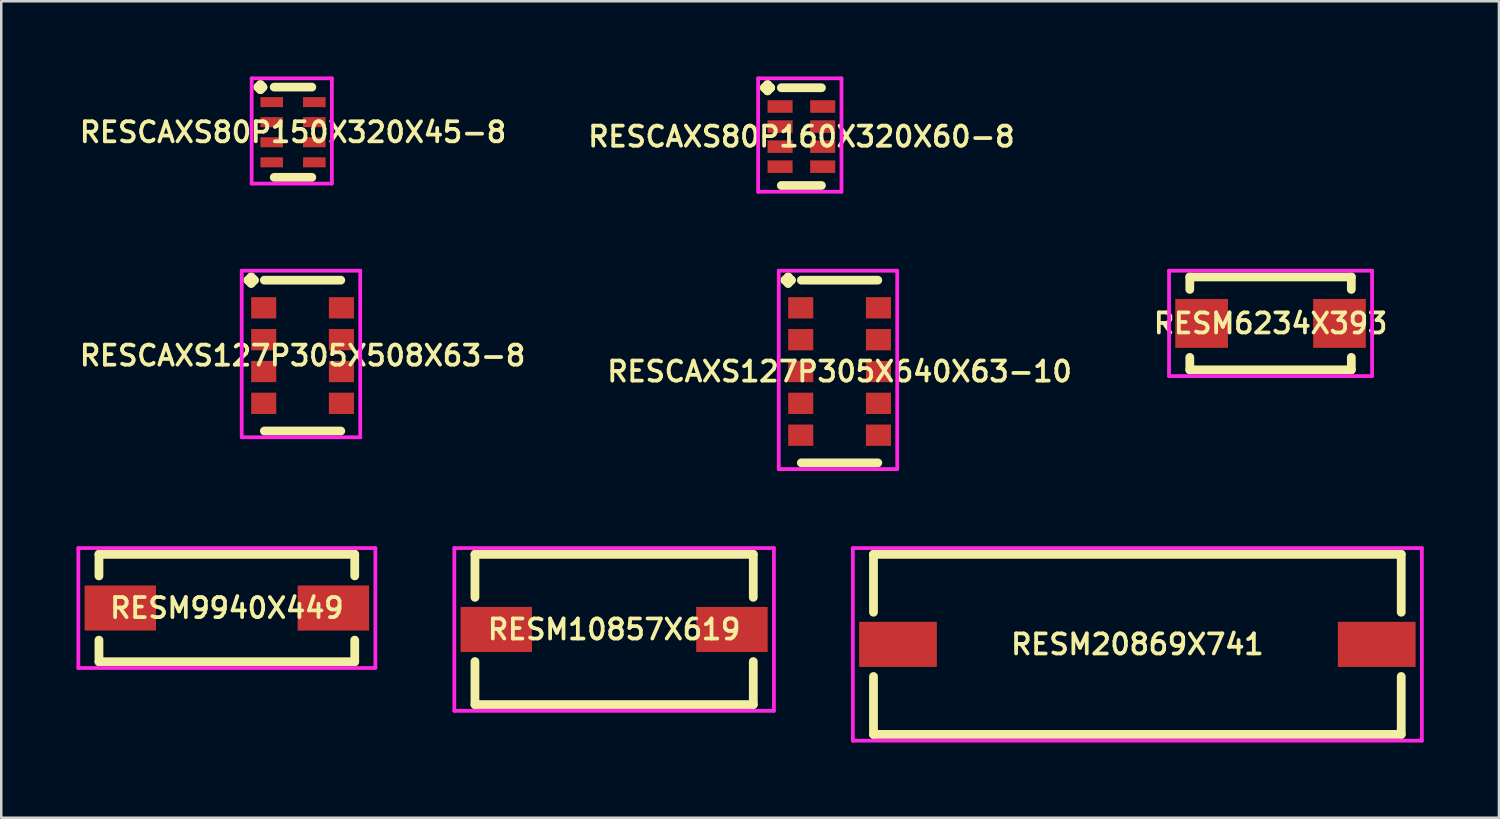
<source format=kicad_pcb>
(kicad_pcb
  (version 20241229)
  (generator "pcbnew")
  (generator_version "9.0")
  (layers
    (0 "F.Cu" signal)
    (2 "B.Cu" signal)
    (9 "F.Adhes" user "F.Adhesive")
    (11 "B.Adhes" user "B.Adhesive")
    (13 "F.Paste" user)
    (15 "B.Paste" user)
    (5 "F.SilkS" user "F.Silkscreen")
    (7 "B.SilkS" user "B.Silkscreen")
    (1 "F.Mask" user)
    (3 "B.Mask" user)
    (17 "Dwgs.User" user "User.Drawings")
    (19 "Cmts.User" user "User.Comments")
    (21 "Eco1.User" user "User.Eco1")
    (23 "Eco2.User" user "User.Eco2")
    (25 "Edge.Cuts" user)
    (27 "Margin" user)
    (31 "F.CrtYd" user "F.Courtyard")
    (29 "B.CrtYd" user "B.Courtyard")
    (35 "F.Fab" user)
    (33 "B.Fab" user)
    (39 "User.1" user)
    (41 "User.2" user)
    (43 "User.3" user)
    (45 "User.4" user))
  (footprint "RESCAXS127P305X640X63-10"
    (layer "F.Cu")
    (at 30.445 11.771)
    (property "Reference" "RESCAXS127P305X640X63-10" (at 0 0 0) (layer "F.SilkS") (effects (font (size 0.8 0.8) (thickness 0.15))))
    (attr smd)
    (fp_line (start -2.177 -3.644) (end -2.05 -3.771) (stroke (width 0.35) (type solid)) (layer "F.SilkS"))
    (fp_line (start -2.05 -3.771) (end -1.923 -3.644) (stroke (width 0.35) (type solid)) (layer "F.SilkS"))
    (fp_line (start -2.05 -3.517) (end -2.177 -3.644) (stroke (width 0.35) (type solid)) (layer "F.SilkS"))
    (fp_line (start -1.923 -3.644) (end -2.05 -3.517) (stroke (width 0.35) (type solid)) (layer "F.SilkS"))
    (fp_line (start -1.525 -3.644) (end 1.525 -3.644) (stroke (width 0.35) (type solid)) (layer "F.SilkS"))
    (fp_line (start -1.525 3.644) (end 1.525 3.644) (stroke (width 0.35) (type solid)) (layer "F.SilkS"))
    (fp_line (start -2.427 -4.021) (end 2.3 -4.021) (stroke (width 0.15) (type solid)) (layer "F.CrtYd"))
    (fp_line (start -2.427 3.894) (end -2.427 -4.021) (stroke (width 0.15) (type solid)) (layer "F.CrtYd"))
    (fp_line (start 2.3 -4.021) (end 2.3 3.894) (stroke (width 0.15) (type solid)) (layer "F.CrtYd"))
    (fp_line (start 2.3 3.894) (end -2.427 3.894) (stroke (width 0.15) (type solid)) (layer "F.CrtYd"))
    (pad "1" smd rect (at -1.55 -2.54) (size 1 0.85) (layers "F.Cu" "F.Mask" "F.Paste"))
    (pad "2" smd rect (at -1.55 -1.27) (size 1 0.85) (layers "F.Cu" "F.Mask" "F.Paste"))
    (pad "3" smd rect (at -1.55 0) (size 1 0.85) (layers "F.Cu" "F.Mask" "F.Paste"))
    (pad "4" smd rect (at -1.55 1.27) (size 1 0.85) (layers "F.Cu" "F.Mask" "F.Paste"))
    (pad "5" smd rect (at -1.55 2.54) (size 1 0.85) (layers "F.Cu" "F.Mask" "F.Paste"))
    (pad "6" smd rect (at 1.55 2.54) (size 1 0.85) (layers "F.Cu" "F.Mask" "F.Paste"))
    (pad "7" smd rect (at 1.55 1.27) (size 1 0.85) (layers "F.Cu" "F.Mask" "F.Paste"))
    (pad "8" smd rect (at 1.55 0) (size 1 0.85) (layers "F.Cu" "F.Mask" "F.Paste"))
    (pad "9" smd rect (at 1.55 -1.27) (size 1 0.85) (layers "F.Cu" "F.Mask" "F.Paste"))
    (pad "10" smd rect (at 1.55 -2.54) (size 1 0.85) (layers "F.Cu" "F.Mask" "F.Paste")))
  (footprint "RESCAXS127P305X508X63-8"
    (layer "F.Cu")
    (at 9.021 11.136)
    (property "Reference" "RESCAXS127P305X508X63-8" (at 0 0 0) (layer "F.SilkS") (effects (font (size 0.8 0.8) (thickness 0.15))))
    (attr smd)
    (fp_line (start -2.177 -3.009) (end -2.05 -3.136) (stroke (width 0.35) (type solid)) (layer "F.SilkS"))
    (fp_line (start -2.05 -3.136) (end -1.923 -3.009) (stroke (width 0.35) (type solid)) (layer "F.SilkS"))
    (fp_line (start -2.05 -2.882) (end -2.177 -3.009) (stroke (width 0.35) (type solid)) (layer "F.SilkS"))
    (fp_line (start -1.923 -3.009) (end -2.05 -2.882) (stroke (width 0.35) (type solid)) (layer "F.SilkS"))
    (fp_line (start -1.525 -3.009) (end 1.525 -3.009) (stroke (width 0.35) (type solid)) (layer "F.SilkS"))
    (fp_line (start -1.525 3.009) (end 1.525 3.009) (stroke (width 0.35) (type solid)) (layer "F.SilkS"))
    (fp_line (start -2.427 -3.386) (end 2.3 -3.386) (stroke (width 0.15) (type solid)) (layer "F.CrtYd"))
    (fp_line (start -2.427 3.259) (end -2.427 -3.386) (stroke (width 0.15) (type solid)) (layer "F.CrtYd"))
    (fp_line (start 2.3 -3.386) (end 2.3 3.259) (stroke (width 0.15) (type solid)) (layer "F.CrtYd"))
    (fp_line (start 2.3 3.259) (end -2.427 3.259) (stroke (width 0.15) (type solid)) (layer "F.CrtYd"))
    (pad "1" smd rect (at -1.55 -1.905) (size 1 0.85) (layers "F.Cu" "F.Mask" "F.Paste"))
    (pad "2" smd rect (at -1.55 -0.635) (size 1 0.85) (layers "F.Cu" "F.Mask" "F.Paste"))
    (pad "3" smd rect (at -1.55 0.635) (size 1 0.85) (layers "F.Cu" "F.Mask" "F.Paste"))
    (pad "4" smd rect (at -1.55 1.905) (size 1 0.85) (layers "F.Cu" "F.Mask" "F.Paste"))
    (pad "5" smd rect (at 1.55 1.905) (size 1 0.85) (layers "F.Cu" "F.Mask" "F.Paste"))
    (pad "6" smd rect (at 1.55 0.635) (size 1 0.85) (layers "F.Cu" "F.Mask" "F.Paste"))
    (pad "7" smd rect (at 1.55 -0.635) (size 1 0.85) (layers "F.Cu" "F.Mask" "F.Paste"))
    (pad "8" smd rect (at 1.55 -1.905) (size 1 0.85) (layers "F.Cu" "F.Mask" "F.Paste")))
  (footprint "RESCAXS80P160X320X60-8"
    (layer "F.Cu")
    (at 28.921 2.4)
    (property "Reference" "RESCAXS80P160X320X60-8" (at 0 0 0) (layer "F.SilkS") (effects (font (size 0.8 0.8) (thickness 0.15))))
    (attr smd)
    (fp_line (start -1.475 -1.95) (end -1.35 -2.075) (stroke (width 0.35) (type solid)) (layer "F.SilkS"))
    (fp_line (start -1.35 -2.075) (end -1.225 -1.95) (stroke (width 0.35) (type solid)) (layer "F.SilkS"))
    (fp_line (start -1.35 -1.825) (end -1.475 -1.95) (stroke (width 0.35) (type solid)) (layer "F.SilkS"))
    (fp_line (start -1.225 -1.95) (end -1.35 -1.825) (stroke (width 0.35) (type solid)) (layer "F.SilkS"))
    (fp_line (start -0.8 -1.95) (end 0.8 -1.95) (stroke (width 0.35) (type solid)) (layer "F.SilkS"))
    (fp_line (start -0.8 1.95) (end 0.8 1.95) (stroke (width 0.35) (type solid)) (layer "F.SilkS"))
    (fp_line (start -1.725 -2.325) (end 1.6 -2.325) (stroke (width 0.15) (type solid)) (layer "F.CrtYd"))
    (fp_line (start -1.725 2.2) (end -1.725 -2.325) (stroke (width 0.15) (type solid)) (layer "F.CrtYd"))
    (fp_line (start 1.6 -2.325) (end 1.6 2.2) (stroke (width 0.15) (type solid)) (layer "F.CrtYd"))
    (fp_line (start 1.6 2.2) (end -1.725 2.2) (stroke (width 0.15) (type solid)) (layer "F.CrtYd"))
    (pad "1" smd rect (at -0.85 -1.2) (size 1 0.5) (layers "F.Cu" "F.Mask" "F.Paste"))
    (pad "2" smd rect (at -0.85 -0.4) (size 1 0.5) (layers "F.Cu" "F.Mask" "F.Paste"))
    (pad "3" smd rect (at -0.85 0.4) (size 1 0.5) (layers "F.Cu" "F.Mask" "F.Paste"))
    (pad "4" smd rect (at -0.85 1.2) (size 1 0.5) (layers "F.Cu" "F.Mask" "F.Paste"))
    (pad "5" smd rect (at 0.85 1.2) (size 1 0.5) (layers "F.Cu" "F.Mask" "F.Paste"))
    (pad "6" smd rect (at 0.85 0.4) (size 1 0.5) (layers "F.Cu" "F.Mask" "F.Paste"))
    (pad "7" smd rect (at 0.85 -0.4) (size 1 0.5) (layers "F.Cu" "F.Mask" "F.Paste"))
    (pad "8" smd rect (at 0.85 -1.2) (size 1 0.5) (layers "F.Cu" "F.Mask" "F.Paste")))
  (footprint "RESCAXS80P150X320X45-8"
    (layer "F.Cu")
    (at 8.64 2.225)
    (property "Reference" "RESCAXS80P150X320X45-8" (at 0 0 0) (layer "F.SilkS") (effects (font (size 0.8 0.8) (thickness 0.15))))
    (attr smd)
    (fp_line (start -1.4 -1.8) (end -1.3 -1.9) (stroke (width 0.35) (type solid)) (layer "F.SilkS"))
    (fp_line (start -1.3 -1.9) (end -1.2 -1.8) (stroke (width 0.35) (type solid)) (layer "F.SilkS"))
    (fp_line (start -1.3 -1.7) (end -1.4 -1.8) (stroke (width 0.35) (type solid)) (layer "F.SilkS"))
    (fp_line (start -1.2 -1.8) (end -1.3 -1.7) (stroke (width 0.35) (type solid)) (layer "F.SilkS"))
    (fp_line (start -0.75 -1.8) (end 0.75 -1.8) (stroke (width 0.35) (type solid)) (layer "F.SilkS"))
    (fp_line (start -0.75 1.8) (end 0.75 1.8) (stroke (width 0.35) (type solid)) (layer "F.SilkS"))
    (fp_line (start -1.65 -2.15) (end 1.55 -2.15) (stroke (width 0.15) (type solid)) (layer "F.CrtYd"))
    (fp_line (start -1.65 2.05) (end -1.65 -2.15) (stroke (width 0.15) (type solid)) (layer "F.CrtYd"))
    (fp_line (start 1.55 -2.15) (end 1.55 2.05) (stroke (width 0.15) (type solid)) (layer "F.CrtYd"))
    (fp_line (start 1.55 2.05) (end -1.65 2.05) (stroke (width 0.15) (type solid)) (layer "F.CrtYd"))
    (pad "1" smd rect (at -0.85 -1.2) (size 0.9 0.4) (layers "F.Cu" "F.Mask" "F.Paste"))
    (pad "2" smd rect (at -0.85 -0.4) (size 0.9 0.4) (layers "F.Cu" "F.Mask" "F.Paste"))
    (pad "3" smd rect (at -0.85 0.4) (size 0.9 0.4) (layers "F.Cu" "F.Mask" "F.Paste"))
    (pad "4" smd rect (at -0.85 1.2) (size 0.9 0.4) (layers "F.Cu" "F.Mask" "F.Paste"))
    (pad "5" smd rect (at 0.85 1.2) (size 0.9 0.4) (layers "F.Cu" "F.Mask" "F.Paste"))
    (pad "6" smd rect (at 0.85 0.4) (size 0.9 0.4) (layers "F.Cu" "F.Mask" "F.Paste"))
    (pad "7" smd rect (at 0.85 -0.4) (size 0.9 0.4) (layers "F.Cu" "F.Mask" "F.Paste"))
    (pad "8" smd rect (at 0.85 -1.2) (size 0.9 0.4) (layers "F.Cu" "F.Mask" "F.Paste")))
  (footprint "RESM9940X449"
    (layer "F.Cu")
    (at 6 21.207)
    (property "Reference" "RESM9940X449" (at 0 0 0) (layer "F.SilkS") (effects (font (size 0.8 0.8) (thickness 0.15))))
    (attr smd)
    (fp_line (start -5.102 -2.142) (end 5.102 -2.142) (stroke (width 0.35) (type solid)) (layer "F.SilkS"))
    (fp_line (start -5.102 -1.281) (end -5.102 -2.142) (stroke (width 0.35) (type solid)) (layer "F.SilkS"))
    (fp_line (start -5.102 1.281) (end -5.102 2.142) (stroke (width 0.35) (type solid)) (layer "F.SilkS"))
    (fp_line (start -5.102 2.142) (end 5.102 2.142) (stroke (width 0.35) (type solid)) (layer "F.SilkS"))
    (fp_line (start 5.102 -2.142) (end 5.102 -1.281) (stroke (width 0.35) (type solid)) (layer "F.SilkS"))
    (fp_line (start 5.102 2.142) (end 5.102 1.281) (stroke (width 0.35) (type solid)) (layer "F.SilkS"))
    (fp_line (start -5.925 -2.392) (end 5.925 -2.392) (stroke (width 0.15) (type solid)) (layer "F.CrtYd"))
    (fp_line (start -5.925 2.392) (end -5.925 -2.392) (stroke (width 0.15) (type solid)) (layer "F.CrtYd"))
    (fp_line (start 5.925 -2.392) (end 5.925 2.392) (stroke (width 0.15) (type solid)) (layer "F.CrtYd"))
    (fp_line (start 5.925 2.392) (end -5.925 2.392) (stroke (width 0.15) (type solid)) (layer "F.CrtYd"))
    (pad "1" smd rect (at -4.25 0) (size 2.85 1.8) (layers "F.Cu" "F.Mask" "F.Paste"))
    (pad "2" smd rect (at 4.25 0) (size 2.85 1.8) (layers "F.Cu" "F.Mask" "F.Paste")))
  (footprint "RESM6234X393"
    (layer "F.Cu")
    (at 47.639 9.852)
    (property "Reference" "RESM6234X393" (at 0 0 0) (layer "F.SilkS") (effects (font (size 0.8 0.8) (thickness 0.15))))
    (attr smd)
    (fp_line (start -3.222 -1.852) (end 3.222 -1.852) (stroke (width 0.35) (type solid)) (layer "F.SilkS"))
    (fp_line (start -3.222 -1.356) (end -3.222 -1.852) (stroke (width 0.35) (type solid)) (layer "F.SilkS"))
    (fp_line (start -3.222 1.356) (end -3.222 1.852) (stroke (width 0.35) (type solid)) (layer "F.SilkS"))
    (fp_line (start -3.222 1.852) (end 3.222 1.852) (stroke (width 0.35) (type solid)) (layer "F.SilkS"))
    (fp_line (start 3.222 -1.852) (end 3.222 -1.356) (stroke (width 0.35) (type solid)) (layer "F.SilkS"))
    (fp_line (start 3.222 1.852) (end 3.222 1.356) (stroke (width 0.35) (type solid)) (layer "F.SilkS"))
    (fp_line (start -4.05 -2.102) (end 4.05 -2.102) (stroke (width 0.15) (type solid)) (layer "F.CrtYd"))
    (fp_line (start -4.05 2.102) (end -4.05 -2.102) (stroke (width 0.15) (type solid)) (layer "F.CrtYd"))
    (fp_line (start 4.05 -2.102) (end 4.05 2.102) (stroke (width 0.15) (type solid)) (layer "F.CrtYd"))
    (fp_line (start 4.05 2.102) (end -4.05 2.102) (stroke (width 0.15) (type solid)) (layer "F.CrtYd"))
    (pad "1" smd rect (at -2.75 0) (size 2.1 1.95) (layers "F.Cu" "F.Mask" "F.Paste"))
    (pad "2" smd rect (at 2.75 0) (size 2.1 1.95) (layers "F.Cu" "F.Mask" "F.Paste")))
  (footprint "RESM20869X741"
    (layer "F.Cu")
    (at 42.325 22.657)
    (property "Reference" "RESM20869X741" (at 0 0 0) (layer "F.SilkS") (effects (font (size 0.8 0.8) (thickness 0.15))))
    (attr smd)
    (fp_line (start -10.527 -3.592) (end 10.527 -3.592) (stroke (width 0.35) (type solid)) (layer "F.SilkS"))
    (fp_line (start -10.527 -1.281) (end -10.527 -3.592) (stroke (width 0.35) (type solid)) (layer "F.SilkS"))
    (fp_line (start -10.527 1.281) (end -10.527 3.592) (stroke (width 0.35) (type solid)) (layer "F.SilkS"))
    (fp_line (start -10.527 3.592) (end 10.527 3.592) (stroke (width 0.35) (type solid)) (layer "F.SilkS"))
    (fp_line (start 10.527 -3.592) (end 10.527 -1.281) (stroke (width 0.35) (type solid)) (layer "F.SilkS"))
    (fp_line (start 10.527 3.592) (end 10.527 1.281) (stroke (width 0.35) (type solid)) (layer "F.SilkS"))
    (fp_line (start -11.35 -3.842) (end 11.35 -3.842) (stroke (width 0.15) (type solid)) (layer "F.CrtYd"))
    (fp_line (start -11.35 3.842) (end -11.35 -3.842) (stroke (width 0.15) (type solid)) (layer "F.CrtYd"))
    (fp_line (start 11.35 -3.842) (end 11.35 3.842) (stroke (width 0.15) (type solid)) (layer "F.CrtYd"))
    (fp_line (start 11.35 3.842) (end -11.35 3.842) (stroke (width 0.15) (type solid)) (layer "F.CrtYd"))
    (pad "1" smd rect (at -9.55 0) (size 3.1 1.8) (layers "F.Cu" "F.Mask" "F.Paste"))
    (pad "2" smd rect (at 9.55 0) (size 3.1 1.8) (layers "F.Cu" "F.Mask" "F.Paste")))
  (footprint "RESM10857X619"
    (layer "F.Cu")
    (at 21.45 22.062)
    (property "Reference" "RESM10857X619" (at 0 0 0) (layer "F.SilkS") (effects (font (size 0.8 0.8) (thickness 0.15))))
    (attr smd)
    (fp_line (start -5.552 -2.997) (end 5.552 -2.997) (stroke (width 0.35) (type solid)) (layer "F.SilkS"))
    (fp_line (start -5.552 -1.281) (end -5.552 -2.997) (stroke (width 0.35) (type solid)) (layer "F.SilkS"))
    (fp_line (start -5.552 1.281) (end -5.552 2.997) (stroke (width 0.35) (type solid)) (layer "F.SilkS"))
    (fp_line (start -5.552 2.997) (end 5.552 2.997) (stroke (width 0.35) (type solid)) (layer "F.SilkS"))
    (fp_line (start 5.552 -2.997) (end 5.552 -1.281) (stroke (width 0.35) (type solid)) (layer "F.SilkS"))
    (fp_line (start 5.552 2.997) (end 5.552 1.281) (stroke (width 0.35) (type solid)) (layer "F.SilkS"))
    (fp_line (start -6.375 -3.247) (end 6.375 -3.247) (stroke (width 0.15) (type solid)) (layer "F.CrtYd"))
    (fp_line (start -6.375 3.247) (end -6.375 -3.247) (stroke (width 0.15) (type solid)) (layer "F.CrtYd"))
    (fp_line (start 6.375 -3.247) (end 6.375 3.247) (stroke (width 0.15) (type solid)) (layer "F.CrtYd"))
    (fp_line (start 6.375 3.247) (end -6.375 3.247) (stroke (width 0.15) (type solid)) (layer "F.CrtYd"))
    (pad "1" smd rect (at -4.7 0) (size 2.85 1.8) (layers "F.Cu" "F.Mask" "F.Paste"))
    (pad "2" smd rect (at 4.7 0) (size 2.85 1.8) (layers "F.Cu" "F.Mask" "F.Paste")))
  (gr_rect
    (start -3 -3)
    (end 56.75 29.574)
    (stroke (width 0.1) (type default))
    (fill no)
    (layer "Edge.Cuts")))
</source>
